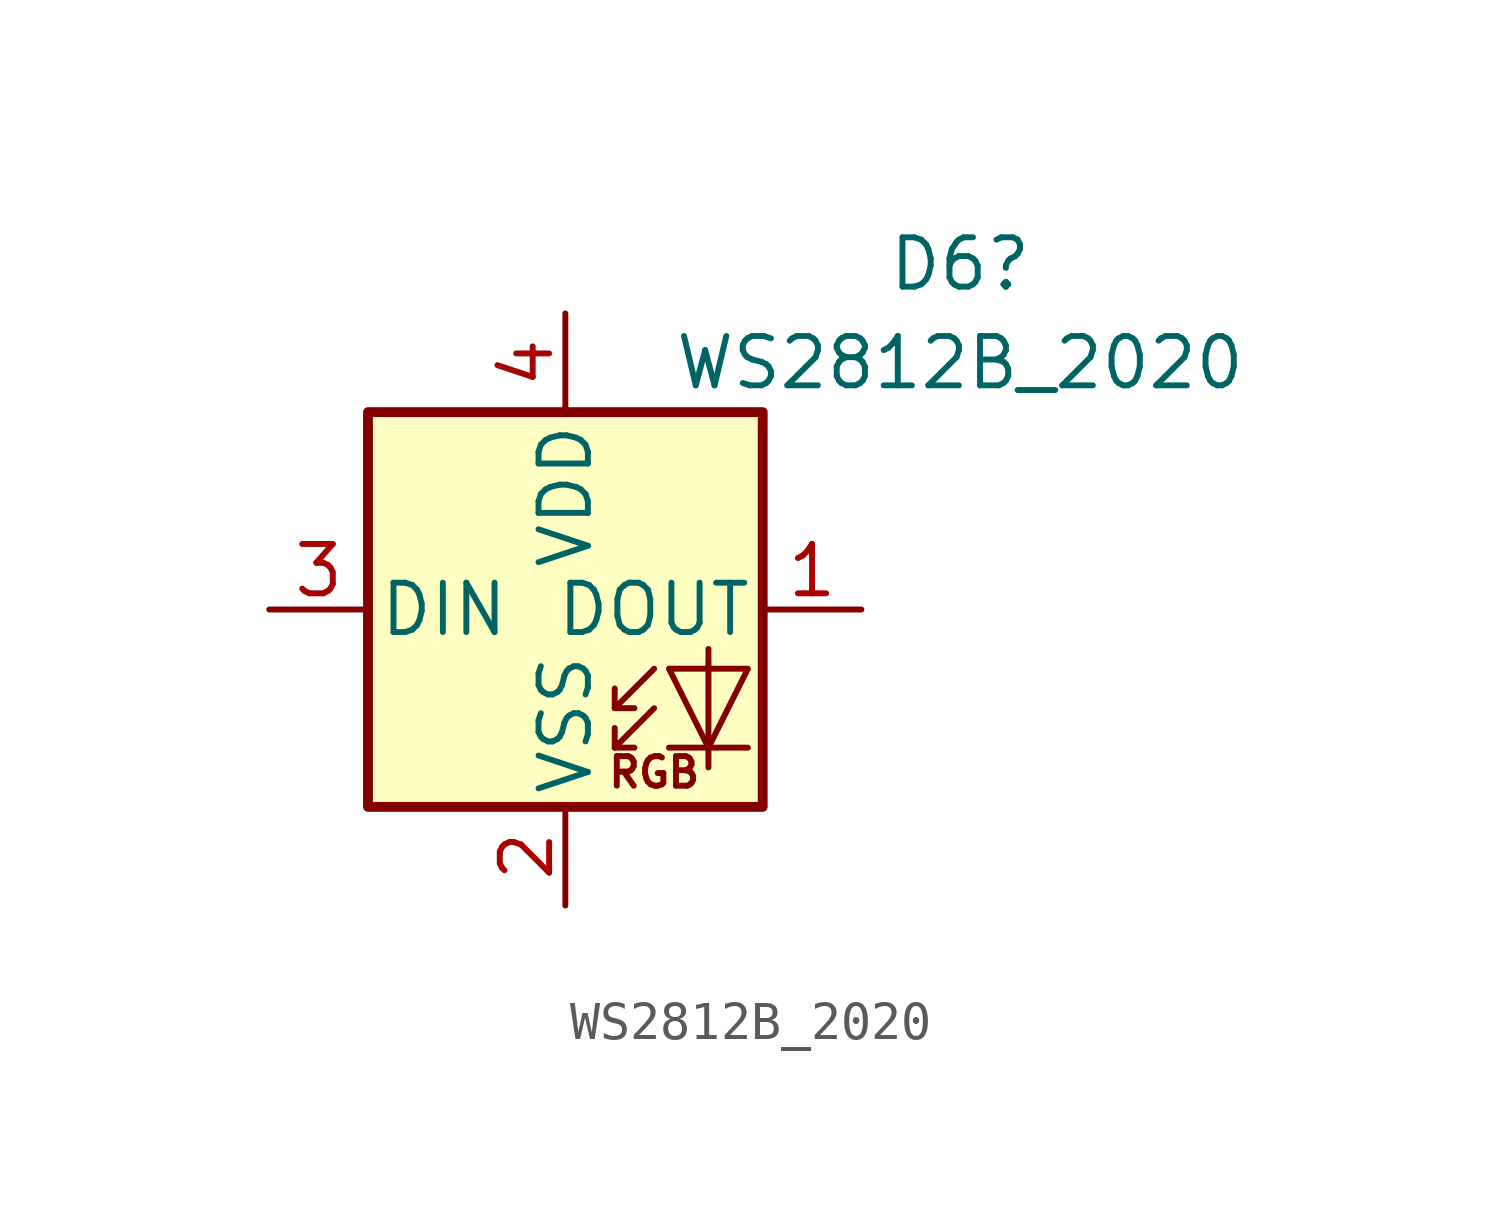
<source format=kicad_sym>
(kicad_symbol_lib
  (version 20220914)
  (generator kicad_symbol_editor)
  (symbol "WS2812B_2020"
    (pin_names
      (offset 0.254))
    (property "Reference" "D6"
      (at 10.16 8.89 0)
      (effects (font (size 1.27 1.27))))
    (property "Value" "WS2812B_2020"
      (at 10.16 6.35 0)
      (effects (font (size 1.27 1.27))))
    (symbol "WS2812B_2020_0_0"
      (text "RGB" (at 2.286 -4.191 0) (effects (font (size 0.762 0.762)))))
    (symbol "WS2812B_2020_0_1"
      (polyline (pts (xy 1.27 -3.556) (xy 1.778 -3.556)) (stroke (width 0) (type default)) (fill (type none)))
      (polyline (pts (xy 1.27 -2.54) (xy 1.778 -2.54)) (stroke (width 0) (type default)) (fill (type none)))
      (polyline (pts (xy 4.699 -3.556) (xy 2.667 -3.556)) (stroke (width 0) (type default)) (fill (type none)))
      (polyline (pts (xy 2.286 -2.54) (xy 1.27 -3.556) (xy 1.27 -3.048)) (stroke (width 0) (type default)) (fill (type none)))
      (polyline (pts (xy 2.286 -1.524) (xy 1.27 -2.54) (xy 1.27 -2.032)) (stroke (width 0) (type default)) (fill (type none)))
      (polyline (pts (xy 3.683 -1.016) (xy 3.683 -3.556) (xy 3.683 -4.064)) (stroke (width 0) (type default)) (fill (type none)))
      (polyline (pts (xy 4.699 -1.524) (xy 2.667 -1.524) (xy 3.683 -3.556) (xy 4.699 -1.524)) (stroke (width 0) (type default)) (fill (type none)))
      (rectangle (start 5.08 5.08) (end -5.08 -5.08) (stroke (width 0.254) (type default)) (fill (type background))))
    (symbol "WS2812B_2020_1_1"
      (pin output line (at 7.62 0 180) (length 2.54) (name "DOUT" (effects (font (size 1.27 1.27)))) (number "1" (effects (font (size 1.27 1.27)))))
      (pin power_in line (at 0 -7.62 90) (length 2.54) (name "VSS" (effects (font (size 1.27 1.27)))) (number "2" (effects (font (size 1.27 1.27)))))
      (pin input line (at -7.62 0 0) (length 2.54) (name "DIN" (effects (font (size 1.27 1.27)))) (number "3" (effects (font (size 1.27 1.27)))))
      (pin power_in line (at 0 7.62 270) (length 2.54) (name "VDD" (effects (font (size 1.27 1.27)))) (number "4" (effects (font (size 1.27 1.27))))))))
</source>
